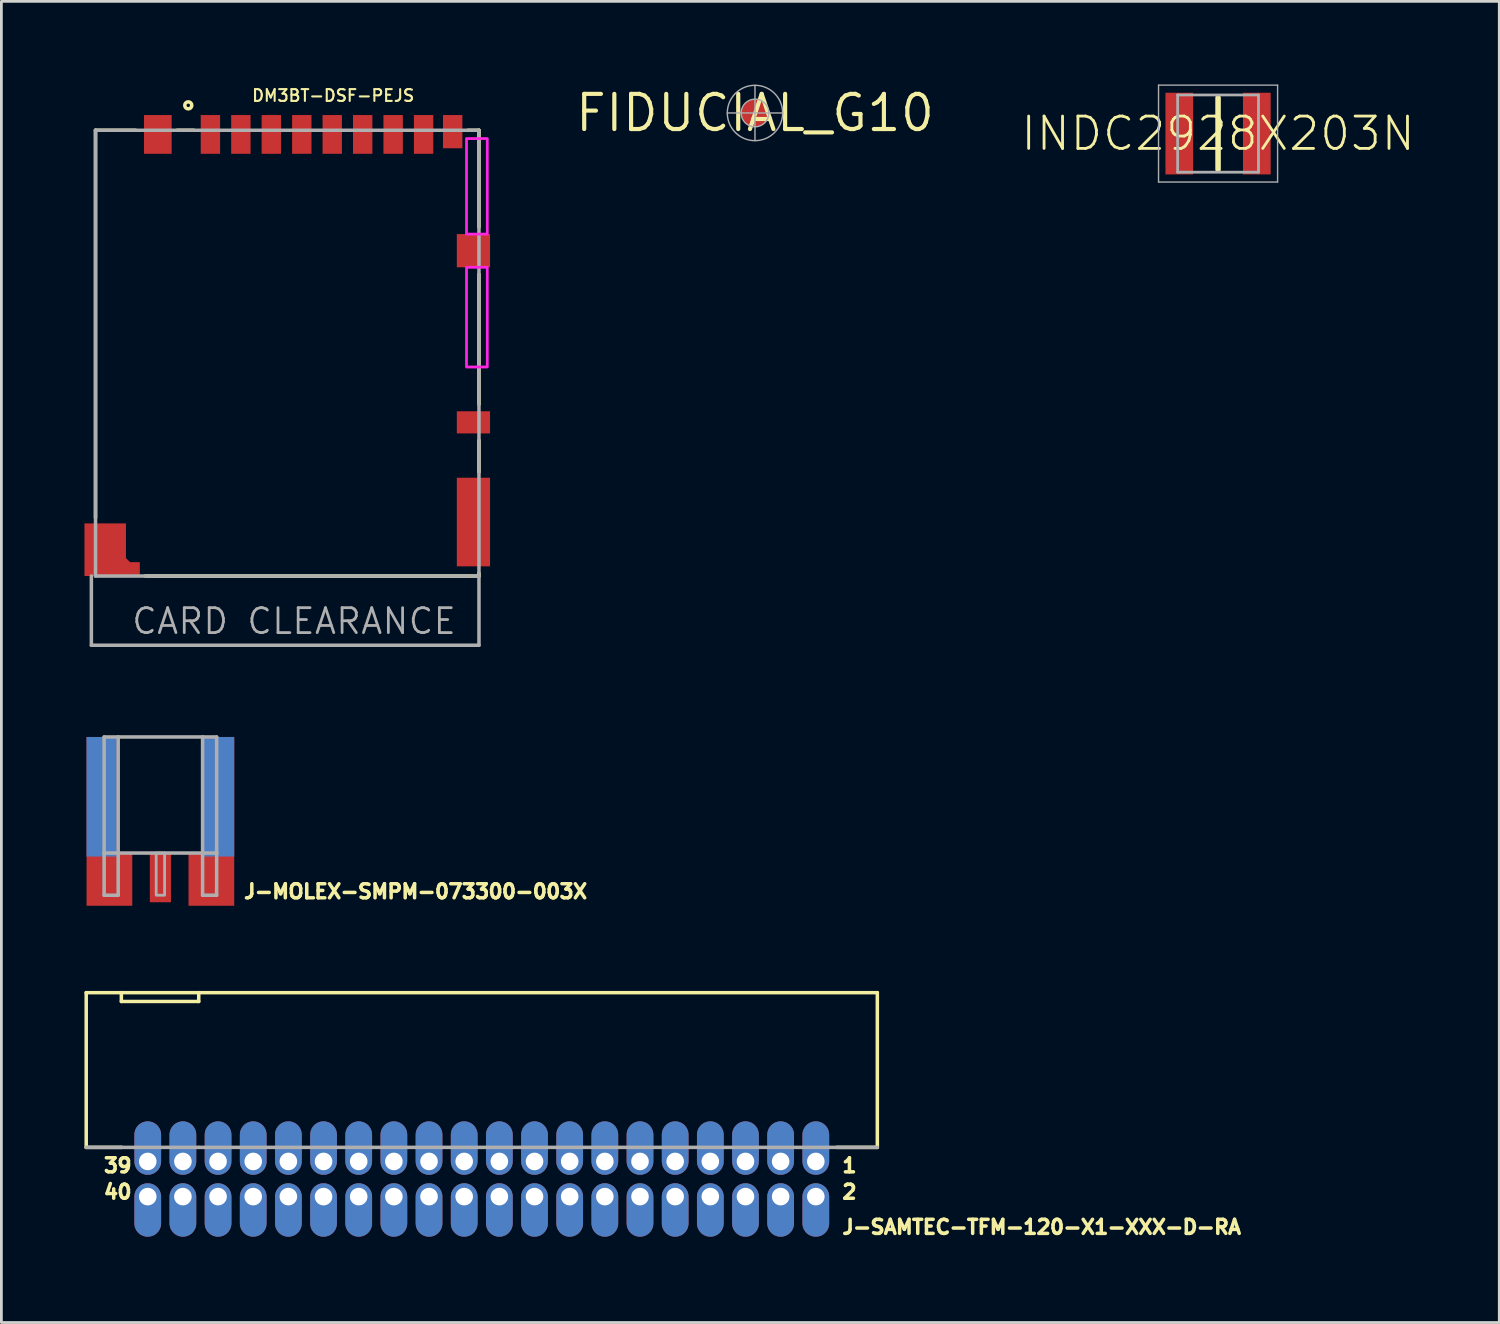
<source format=kicad_pcb>
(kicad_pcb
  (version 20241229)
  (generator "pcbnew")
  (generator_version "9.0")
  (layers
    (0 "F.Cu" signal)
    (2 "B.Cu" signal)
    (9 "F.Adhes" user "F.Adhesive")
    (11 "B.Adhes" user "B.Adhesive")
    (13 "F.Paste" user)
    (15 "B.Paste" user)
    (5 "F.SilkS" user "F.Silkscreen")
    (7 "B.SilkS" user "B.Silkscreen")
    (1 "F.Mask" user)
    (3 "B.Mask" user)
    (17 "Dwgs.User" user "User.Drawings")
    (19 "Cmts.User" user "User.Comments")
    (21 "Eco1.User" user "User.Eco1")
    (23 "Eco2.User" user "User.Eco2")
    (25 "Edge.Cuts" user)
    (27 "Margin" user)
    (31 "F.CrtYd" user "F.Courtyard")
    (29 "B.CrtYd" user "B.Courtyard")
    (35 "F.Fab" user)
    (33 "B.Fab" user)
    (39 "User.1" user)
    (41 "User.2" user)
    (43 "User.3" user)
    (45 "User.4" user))
  (footprint "FIDUCIAL_G10"
    (layer "F.Cu")
    (at 24.219 1.031)
    (property "Reference" "FIDUCIAL_G10" (at 0 0 0) (layer "F.SilkS") (effects (font (size 1.27 1.27) (thickness 0.15))))
    (fp_circle (center 0 0) (end 0.25 0) (stroke (width 0.5) (type solid)) (fill yes) (layer "F.Cu"))
    (fp_circle (center 0 0) (end 0.515 0) (stroke (width 1.031) (type solid)) (fill yes) (layer "F.Mask"))
    (fp_line (start -1 0) (end 1 0) (stroke (width 0.051) (type solid)) (layer "F.Fab"))
    (fp_line (start 0 -1) (end 0 1) (stroke (width 0.051) (type solid)) (layer "F.Fab"))
    (fp_circle (center 0 0) (end 0.5 0) (stroke (width 0.051) (type solid)) (fill no) (layer "F.Fab"))
    (fp_circle (center 0 0) (end 1 0) (stroke (width 0.051) (type solid)) (fill no) (layer "F.Fab"))
    (zone (net_name "") (layer "F.Cu") (hatch edge 0.508) (connect_pads) (min_thickness 0.254) (filled_areas_thickness no) (keepout (tracks not_allowed) (vias not_allowed) (pads not_allowed) (copperpour not_allowed) (footprints allowed)) (placement (enabled no)) (fill) (polygon (pts (xy 25.009 1.031) (xy 24.997 0.893) (xy 24.962 0.76) (xy 24.904 0.635) (xy 24.825 0.523) (xy 24.727 0.425) (xy 24.614 0.346) (xy 24.489 0.288) (xy 24.356 0.252) (xy 24.219 0.24) (xy 24.082 0.252) (xy 23.949 0.288) (xy 23.824 0.346) (xy 23.711 0.425) (xy 23.613 0.523) (xy 23.534 0.635) (xy 23.476 0.76) (xy 23.44 0.893) (xy 23.428 1.031) (xy 23.44 1.168) (xy 23.476 1.301) (xy 23.534 1.426) (xy 23.613 1.539) (xy 23.711 1.636) (xy 23.824 1.715) (xy 23.949 1.774) (xy 24.082 1.809) (xy 24.219 1.821) (xy 24.356 1.809) (xy 24.489 1.774) (xy 24.614 1.715) (xy 24.727 1.636) (xy 24.825 1.539) (xy 24.904 1.426) (xy 24.962 1.301) (xy 24.997 1.168)))))
  (footprint "INDC2928X203N"
    (layer "F.Cu")
    (at 40.945 1.775)
    (property "Reference" "INDC2928X203N" (at 0 0 0) (layer "F.SilkS") (effects (font (size 1.168 1.168) (thickness 0.102))))
    (fp_line (start 0 -1.295) (end 0 1.295) (stroke (width 0.2) (type solid)) (layer "F.SilkS"))
    (fp_line (start -2.15 -1.75) (end 2.15 -1.75) (stroke (width 0.05) (type solid)) (layer "F.Fab"))
    (fp_line (start -2.15 1.75) (end -2.15 -1.75) (stroke (width 0.05) (type solid)) (layer "F.Fab"))
    (fp_line (start -1.46 -1.395) (end 1.46 -1.395) (stroke (width 0.1) (type solid)) (layer "F.Fab"))
    (fp_line (start -1.46 1.395) (end -1.46 -1.395) (stroke (width 0.1) (type solid)) (layer "F.Fab"))
    (fp_line (start 1.46 -1.395) (end 1.46 1.395) (stroke (width 0.1) (type solid)) (layer "F.Fab"))
    (fp_line (start 1.46 1.395) (end -1.46 1.395) (stroke (width 0.1) (type solid)) (layer "F.Fab"))
    (fp_line (start 2.15 -1.75) (end 2.15 1.75) (stroke (width 0.05) (type solid)) (layer "F.Fab"))
    (fp_line (start 2.15 1.75) (end -2.15 1.75) (stroke (width 0.05) (type solid)) (layer "F.Fab"))
    (pad "1" smd rect (at -1.4 0 90) (size 2.95 1) (layers "F.Cu" "F.Mask" "F.Paste"))
    (pad "2" smd rect (at 1.4 0 90) (size 2.95 1) (layers "F.Cu" "F.Mask" "F.Paste")))
  (footprint "J-MOLEX-SMPM-073300-003X"
    (layer "F.Cu")
    (at 2.743 23.569)
    (property "Reference" "J-MOLEX-SMPM-073300-003X" (at 2.953 5.877 0) (layer "F.SilkS") (effects (font (size 0.508 0.508) (thickness 0.127)) (justify left bottom)))
    (fp_poly (pts (xy -1.575 4.191) (xy -1.016 4.191) (xy -1.016 6.096) (xy -2.667 6.096) (xy -2.667 0) (xy -1.575 0)) (stroke (width 0) (type solid)) (fill yes) (layer "F.Cu"))
    (fp_poly (pts (xy 2.667 6.096) (xy 1.016 6.096) (xy 1.016 4.191) (xy 1.575 4.191) (xy 1.575 0) (xy 2.667 0)) (stroke (width 0) (type solid)) (fill yes) (layer "F.Cu"))
    (fp_poly (pts (xy -1.448 4.115) (xy -0.94 4.115) (xy -0.94 6.172) (xy -2.743 6.172) (xy -2.743 -0.076) (xy -1.448 -0.076)) (stroke (width 0) (type solid)) (fill yes) (layer "F.Mask"))
    (fp_poly (pts (xy 2.743 6.172) (xy 0.94 6.172) (xy 0.94 4.115) (xy 1.448 4.115) (xy 1.448 -0.076) (xy 2.743 -0.076)) (stroke (width 0) (type solid)) (fill yes) (layer "F.Mask"))
    (fp_poly (pts (xy -1.575 4.318) (xy -2.667 4.318) (xy -2.667 0) (xy -1.575 0)) (stroke (width 0) (type solid)) (fill yes) (layer "B.Cu"))
    (fp_poly (pts (xy 2.667 4.318) (xy 1.575 4.318) (xy 1.575 0) (xy 2.667 0)) (stroke (width 0) (type solid)) (fill yes) (layer "B.Cu"))
    (fp_poly (pts (xy -1.448 4.394) (xy -2.743 4.394) (xy -2.743 -0.076) (xy -1.448 -0.076)) (stroke (width 0) (type solid)) (fill yes) (layer "B.Mask"))
    (fp_poly (pts (xy 2.743 4.394) (xy 1.448 4.394) (xy 1.448 -0.076) (xy 2.743 -0.076)) (stroke (width 0) (type solid)) (fill yes) (layer "B.Mask"))
    (fp_line (start -2.032 0) (end -2.032 4.191) (stroke (width 0.127) (type solid)) (layer "F.Fab"))
    (fp_line (start -2.032 4.191) (end -2.032 5.715) (stroke (width 0.127) (type solid)) (layer "F.Fab"))
    (fp_line (start -2.032 4.191) (end -1.524 4.191) (stroke (width 0.127) (type solid)) (layer "F.Fab"))
    (fp_line (start -2.032 5.715) (end -1.524 5.715) (stroke (width 0.127) (type solid)) (layer "F.Fab"))
    (fp_line (start -1.524 0) (end -2.032 0) (stroke (width 0.127) (type solid)) (layer "F.Fab"))
    (fp_line (start -1.524 0) (end -1.524 4.191) (stroke (width 0.127) (type solid)) (layer "F.Fab"))
    (fp_line (start -1.524 4.191) (end 1.524 4.191) (stroke (width 0.127) (type solid)) (layer "F.Fab"))
    (fp_line (start -1.524 5.715) (end -1.524 4.191) (stroke (width 0.127) (type solid)) (layer "F.Fab"))
    (fp_line (start 1.524 0) (end -1.524 0) (stroke (width 0.127) (type solid)) (layer "F.Fab"))
    (fp_line (start 1.524 0) (end 1.524 4.191) (stroke (width 0.127) (type solid)) (layer "F.Fab"))
    (fp_line (start 1.524 4.191) (end 2.032 4.191) (stroke (width 0.127) (type solid)) (layer "F.Fab"))
    (fp_line (start 1.524 5.715) (end 1.524 4.191) (stroke (width 0.127) (type solid)) (layer "F.Fab"))
    (fp_line (start 2.032 0) (end 1.524 0) (stroke (width 0.127) (type solid)) (layer "F.Fab"))
    (fp_line (start 2.032 4.191) (end 2.032 0) (stroke (width 0.127) (type solid)) (layer "F.Fab"))
    (fp_line (start 2.032 4.191) (end 2.032 5.715) (stroke (width 0.127) (type solid)) (layer "F.Fab"))
    (fp_line (start 2.032 5.715) (end 1.524 5.715) (stroke (width 0.127) (type solid)) (layer "F.Fab"))
    (fp_poly (pts (xy -0.152 5.715) (xy 0.152 5.715) (xy 0.152 4.191) (xy -0.152 4.191)) (stroke (width 0.1) (type solid)) (fill no) (layer "F.Fab"))
    (pad "P$1" smd rect (at -1.778 5.08) (size 0.508 0.508) (layers "F.Cu"))
    (pad "P$2" smd rect (at 1.778 5.08) (size 0.508 0.508) (layers "F.Cu"))
    (pad "P$3" smd rect (at -2.032 1.778 180) (size 0.508 0.508) (layers "B.Cu"))
    (pad "P$4" smd rect (at 2.032 1.778 180) (size 0.508 0.508) (layers "B.Cu"))
    (pad "RF" smd rect (at 0 5.08) (size 0.762 1.778) (layers "F.Cu" "F.Mask")))
  (footprint "DM3BT-DSF-PEJS"
    (layer "F.Cu")
    (at 7.75 17.755)
    (property "Reference" "DM3BT-DSF-PEJS" (at -1.739 -17.105 0) (layer "F.SilkS") (effects (font (size 0.425 0.425) (thickness 0.075)) (justify left bottom)))
    (fp_line (start -7.35 -2.1) (end -7.35 -16.1) (stroke (width 0.127) (type solid)) (layer "F.SilkS"))
    (fp_line (start -5.9 -16.1) (end -7.35 -16.1) (stroke (width 0.127) (type solid)) (layer "F.SilkS"))
    (fp_line (start -4.4 -16.1) (end -3.8 -16.1) (stroke (width 0.127) (type solid)) (layer "F.SilkS"))
    (fp_line (start 6.1 -16.1) (end 6.5 -16.1) (stroke (width 0.127) (type solid)) (layer "F.SilkS"))
    (fp_line (start 6.5 -16.1) (end 6.5 -12.6) (stroke (width 0.127) (type solid)) (layer "F.SilkS"))
    (fp_line (start 6.5 -10.9) (end 6.5 -6.2) (stroke (width 0.127) (type solid)) (layer "F.SilkS"))
    (fp_line (start 6.5 -3.75) (end 6.5 -4.9) (stroke (width 0.127) (type solid)) (layer "F.SilkS"))
    (fp_line (start 6.5 -0.1) (end 6.5 0) (stroke (width 0.127) (type solid)) (layer "F.SilkS"))
    (fp_line (start 6.5 0) (end -5.55 0) (stroke (width 0.127) (type solid)) (layer "F.SilkS"))
    (fp_circle (center -4 -17) (end -3.873 -17) (stroke (width 0.127) (type solid)) (fill no) (layer "F.SilkS"))
    (fp_poly (pts (xy 6.05 -12.35) (xy 6.8 -12.35) (xy 6.8 -15.8) (xy 6.05 -15.8)) (stroke (width 0.1) (type solid)) (fill no) (layer "F.CrtYd"))
    (fp_poly (pts (xy 6.05 -7.55) (xy 6.8 -7.55) (xy 6.8 -11.15) (xy 6.05 -11.15)) (stroke (width 0.1) (type solid)) (fill no) (layer "F.CrtYd"))
    (fp_line (start -7.5 2.5) (end -7.5 0) (stroke (width 0.127) (type solid)) (layer "F.Fab"))
    (fp_line (start -7.5 2.5) (end 6.5 2.5) (stroke (width 0.127) (type solid)) (layer "F.Fab"))
    (fp_line (start -7.35 -16.1) (end -7.35 0) (stroke (width 0.127) (type solid)) (layer "F.Fab"))
    (fp_line (start -7.35 0) (end 6.5 0) (stroke (width 0.127) (type solid)) (layer "F.Fab"))
    (fp_line (start 6.5 -16.1) (end -7.35 -16.1) (stroke (width 0.127) (type solid)) (layer "F.Fab"))
    (fp_line (start 6.5 0) (end 6.5 -16.1) (stroke (width 0.127) (type solid)) (layer "F.Fab"))
    (fp_line (start 6.5 2.5) (end 6.5 0) (stroke (width 0.127) (type solid)) (layer "F.Fab"))
    (fp_text user "CARD CLEARANCE" (at -6.096 2.159 0) (layer "F.Fab") (effects (font (size 0.9 0.9) (thickness 0.1)) (justify left bottom)))
    (pad "1" smd rect (at -3.2 -15.95 90) (size 1.4 0.7) (layers "F.Cu" "F.Mask" "F.Paste"))
    (pad "2" smd rect (at -2.1 -15.95 90) (size 1.4 0.7) (layers "F.Cu" "F.Mask" "F.Paste"))
    (pad "3" smd rect (at -1 -15.95 90) (size 1.4 0.7) (layers "F.Cu" "F.Mask" "F.Paste"))
    (pad "4" smd rect (at 0.1 -15.95 90) (size 1.4 0.7) (layers "F.Cu" "F.Mask" "F.Paste"))
    (pad "5" smd rect (at 1.2 -15.95 90) (size 1.4 0.7) (layers "F.Cu" "F.Mask" "F.Paste"))
    (pad "6" smd rect (at 2.3 -15.95 90) (size 1.4 0.7) (layers "F.Cu" "F.Mask" "F.Paste"))
    (pad "7" smd rect (at 3.4 -15.95 90) (size 1.4 0.7) (layers "F.Cu" "F.Mask" "F.Paste"))
    (pad "8" smd rect (at 4.5 -15.95 90) (size 1.4 0.7) (layers "F.Cu" "F.Mask" "F.Paste"))
    (pad "CD" smd rect (at 5.55 -16.05 90) (size 1.2 0.7) (layers "F.Cu" "F.Mask" "F.Paste"))
    (pad "CGND1" smd rect (at -6 -0.25) (size 0.5 0.5) (layers "F.Cu" "F.Mask" "F.Paste"))
    (pad "CGND2" smd rect (at -7 -0.95) (size 1.5 1.9) (layers "F.Cu" "F.Mask" "F.Paste"))
    (pad "CGND3" smd rect (at -6.25 -0.5 45) (size 0.21 0.21) (layers "F.Cu" "F.Mask" "F.Paste"))
    (pad "CGND4" smd rect (at -5.1 -15.95) (size 1 1.4) (layers "F.Cu" "F.Mask" "F.Paste"))
    (pad "CGND5" smd rect (at 6.3 -11.75) (size 1.2 1.2) (layers "F.Cu" "F.Mask" "F.Paste"))
    (pad "CGND6" smd rect (at 6.3 -1.95) (size 1.2 3.2) (layers "F.Cu" "F.Mask" "F.Paste"))
    (pad "GND" smd rect (at 6.3 -5.55) (size 1.2 0.8) (layers "F.Cu" "F.Mask" "F.Paste")))
  (footprint "J-SAMTEC-TFM-120-X1-XXX-D-RA"
    (layer "F.Cu")
    (at 14.351 39.535)
    (property "Reference" "J-SAMTEC-TFM-120-X1-XXX-D-RA" (at 12.954 2.032 0) (layer "F.SilkS") (effects (font (size 0.508 0.508) (thickness 0.127)) (justify left bottom)))
    (fp_line (start -14.287 -6.731) (end -13.018 -6.731) (stroke (width 0.127) (type solid)) (layer "F.SilkS"))
    (fp_line (start -14.287 -1.143) (end -14.287 -6.731) (stroke (width 0.127) (type solid)) (layer "F.SilkS"))
    (fp_line (start -14.287 -1.143) (end -13.018 -1.143) (stroke (width 0.127) (type solid)) (layer "F.SilkS"))
    (fp_line (start -13.018 -6.731) (end -13.018 -6.413) (stroke (width 0.127) (type solid)) (layer "F.SilkS"))
    (fp_line (start -13.018 -6.731) (end -10.223 -6.731) (stroke (width 0.127) (type solid)) (layer "F.SilkS"))
    (fp_line (start -13.018 -6.413) (end -10.223 -6.413) (stroke (width 0.127) (type solid)) (layer "F.SilkS"))
    (fp_line (start -10.223 -6.731) (end 14.287 -6.731) (stroke (width 0.127) (type solid)) (layer "F.SilkS"))
    (fp_line (start -10.223 -6.413) (end -10.223 -6.731) (stroke (width 0.127) (type solid)) (layer "F.SilkS"))
    (fp_line (start 12.827 -1.143) (end 14.287 -1.143) (stroke (width 0.127) (type solid)) (layer "F.SilkS"))
    (fp_line (start 14.287 -6.731) (end 14.287 -1.143) (stroke (width 0.127) (type solid)) (layer "F.SilkS"))
    (fp_line (start -14.287 -1.143) (end -13.018 -1.143) (stroke (width 0.127) (type solid)) (layer "F.Fab"))
    (fp_line (start -13.018 -1.143) (end -10.223 -1.143) (stroke (width 0.127) (type solid)) (layer "F.Fab"))
    (fp_line (start -10.223 -1.143) (end 14.287 -1.143) (stroke (width 0.127) (type solid)) (layer "F.Fab"))
    (fp_text user "39" (at -13.716 -0.191 0) (layer "F.SilkS") (effects (font (size 0.508 0.508) (thickness 0.127)) (justify left bottom)))
    (fp_text user "40" (at -13.716 0.762 0) (layer "F.SilkS") (effects (font (size 0.508 0.508) (thickness 0.127)) (justify left bottom)))
    (fp_text user "2" (at 12.954 0.762 0) (layer "F.SilkS") (effects (font (size 0.508 0.508) (thickness 0.127)) (justify left bottom)))
    (fp_text user "1" (at 12.954 -0.191 0) (layer "F.SilkS") (effects (font (size 0.508 0.508) (thickness 0.127)) (justify left bottom)))
    (pad "1" thru_hole oval (at 12.065 -0.635 90) (size 1.93 0.965) (drill 0.635 (offset 0.483 0)) (layers "*.Cu" "*.Mask"))
    (pad "2" thru_hole oval (at 12.065 0.635 270) (size 1.93 0.965) (drill 0.635 (offset 0.483 0)) (layers "*.Cu" "*.Mask"))
    (pad "3" thru_hole oval (at 10.795 -0.635 90) (size 1.93 0.965) (drill 0.635 (offset 0.483 0)) (layers "*.Cu" "*.Mask"))
    (pad "4" thru_hole oval (at 10.795 0.635 270) (size 1.93 0.965) (drill 0.635 (offset 0.483 0)) (layers "*.Cu" "*.Mask"))
    (pad "5" thru_hole oval (at 9.525 -0.635 90) (size 1.93 0.965) (drill 0.635 (offset 0.483 0)) (layers "*.Cu" "*.Mask"))
    (pad "6" thru_hole oval (at 9.525 0.635 270) (size 1.93 0.965) (drill 0.635 (offset 0.483 0)) (layers "*.Cu" "*.Mask"))
    (pad "7" thru_hole oval (at 8.255 -0.635 90) (size 1.93 0.965) (drill 0.635 (offset 0.483 0)) (layers "*.Cu" "*.Mask"))
    (pad "8" thru_hole oval (at 8.255 0.635 270) (size 1.93 0.965) (drill 0.635 (offset 0.483 0)) (layers "*.Cu" "*.Mask"))
    (pad "9" thru_hole oval (at 6.985 -0.635 90) (size 1.93 0.965) (drill 0.635 (offset 0.483 0)) (layers "*.Cu" "*.Mask"))
    (pad "10" thru_hole oval (at 6.985 0.635 270) (size 1.93 0.965) (drill 0.635 (offset 0.483 0)) (layers "*.Cu" "*.Mask"))
    (pad "11" thru_hole oval (at 5.715 -0.635 90) (size 1.93 0.965) (drill 0.635 (offset 0.483 0)) (layers "*.Cu" "*.Mask"))
    (pad "12" thru_hole oval (at 5.715 0.635 270) (size 1.93 0.965) (drill 0.635 (offset 0.483 0)) (layers "*.Cu" "*.Mask"))
    (pad "13" thru_hole oval (at 4.445 -0.635 90) (size 1.93 0.965) (drill 0.635 (offset 0.483 0)) (layers "*.Cu" "*.Mask"))
    (pad "14" thru_hole oval (at 4.445 0.635 270) (size 1.93 0.965) (drill 0.635 (offset 0.483 0)) (layers "*.Cu" "*.Mask"))
    (pad "15" thru_hole oval (at 3.175 -0.635 90) (size 1.93 0.965) (drill 0.635 (offset 0.483 0)) (layers "*.Cu" "*.Mask"))
    (pad "16" thru_hole oval (at 3.175 0.635 270) (size 1.93 0.965) (drill 0.635 (offset 0.483 0)) (layers "*.Cu" "*.Mask"))
    (pad "17" thru_hole oval (at 1.905 -0.635 90) (size 1.93 0.965) (drill 0.635 (offset 0.483 0)) (layers "*.Cu" "*.Mask"))
    (pad "18" thru_hole oval (at 1.905 0.635 270) (size 1.93 0.965) (drill 0.635 (offset 0.483 0)) (layers "*.Cu" "*.Mask"))
    (pad "19" thru_hole oval (at 0.635 -0.635 90) (size 1.93 0.965) (drill 0.635 (offset 0.483 0)) (layers "*.Cu" "*.Mask"))
    (pad "20" thru_hole oval (at 0.635 0.635 270) (size 1.93 0.965) (drill 0.635 (offset 0.483 0)) (layers "*.Cu" "*.Mask"))
    (pad "21" thru_hole oval (at -0.635 -0.635 90) (size 1.93 0.965) (drill 0.635 (offset 0.483 0)) (layers "*.Cu" "*.Mask"))
    (pad "22" thru_hole oval (at -0.635 0.635 270) (size 1.93 0.965) (drill 0.635 (offset 0.483 0)) (layers "*.Cu" "*.Mask"))
    (pad "23" thru_hole oval (at -1.905 -0.635 90) (size 1.93 0.965) (drill 0.635 (offset 0.483 0)) (layers "*.Cu" "*.Mask"))
    (pad "24" thru_hole oval (at -1.905 0.635 270) (size 1.93 0.965) (drill 0.635 (offset 0.483 0)) (layers "*.Cu" "*.Mask"))
    (pad "25" thru_hole oval (at -3.175 -0.635 90) (size 1.93 0.965) (drill 0.635 (offset 0.483 0)) (layers "*.Cu" "*.Mask"))
    (pad "26" thru_hole oval (at -3.175 0.635 270) (size 1.93 0.965) (drill 0.635 (offset 0.483 0)) (layers "*.Cu" "*.Mask"))
    (pad "27" thru_hole oval (at -4.445 -0.635 90) (size 1.93 0.965) (drill 0.635 (offset 0.483 0)) (layers "*.Cu" "*.Mask"))
    (pad "28" thru_hole oval (at -4.445 0.635 270) (size 1.93 0.965) (drill 0.635 (offset 0.483 0)) (layers "*.Cu" "*.Mask"))
    (pad "29" thru_hole oval (at -5.715 -0.635 90) (size 1.93 0.965) (drill 0.635 (offset 0.483 0)) (layers "*.Cu" "*.Mask"))
    (pad "30" thru_hole oval (at -5.715 0.635 270) (size 1.93 0.965) (drill 0.635 (offset 0.483 0)) (layers "*.Cu" "*.Mask"))
    (pad "31" thru_hole oval (at -6.985 -0.635 90) (size 1.93 0.965) (drill 0.635 (offset 0.483 0)) (layers "*.Cu" "*.Mask"))
    (pad "32" thru_hole oval (at -6.985 0.635 270) (size 1.93 0.965) (drill 0.635 (offset 0.483 0)) (layers "*.Cu" "*.Mask"))
    (pad "33" thru_hole oval (at -8.255 -0.635 90) (size 1.93 0.965) (drill 0.635 (offset 0.483 0)) (layers "*.Cu" "*.Mask"))
    (pad "34" thru_hole oval (at -8.255 0.635 270) (size 1.93 0.965) (drill 0.635 (offset 0.483 0)) (layers "*.Cu" "*.Mask"))
    (pad "35" thru_hole oval (at -9.525 -0.635 90) (size 1.93 0.965) (drill 0.635 (offset 0.483 0)) (layers "*.Cu" "*.Mask"))
    (pad "36" thru_hole oval (at -9.525 0.635 270) (size 1.93 0.965) (drill 0.635 (offset 0.483 0)) (layers "*.Cu" "*.Mask"))
    (pad "37" thru_hole oval (at -10.795 -0.635 90) (size 1.93 0.965) (drill 0.635 (offset 0.483 0)) (layers "*.Cu" "*.Mask"))
    (pad "38" thru_hole oval (at -10.795 0.635 270) (size 1.93 0.965) (drill 0.635 (offset 0.483 0)) (layers "*.Cu" "*.Mask"))
    (pad "39" thru_hole oval (at -12.065 -0.635 90) (size 1.93 0.965) (drill 0.635 (offset 0.483 0)) (layers "*.Cu" "*.Mask"))
    (pad "40" thru_hole oval (at -12.065 0.635 270) (size 1.93 0.965) (drill 0.635 (offset 0.483 0)) (layers "*.Cu" "*.Mask")))
  (gr_rect
    (start -3 -3)
    (end 51.102 44.718)
    (stroke (width 0.1) (type default))
    (fill no)
    (layer "Edge.Cuts")))
</source>
